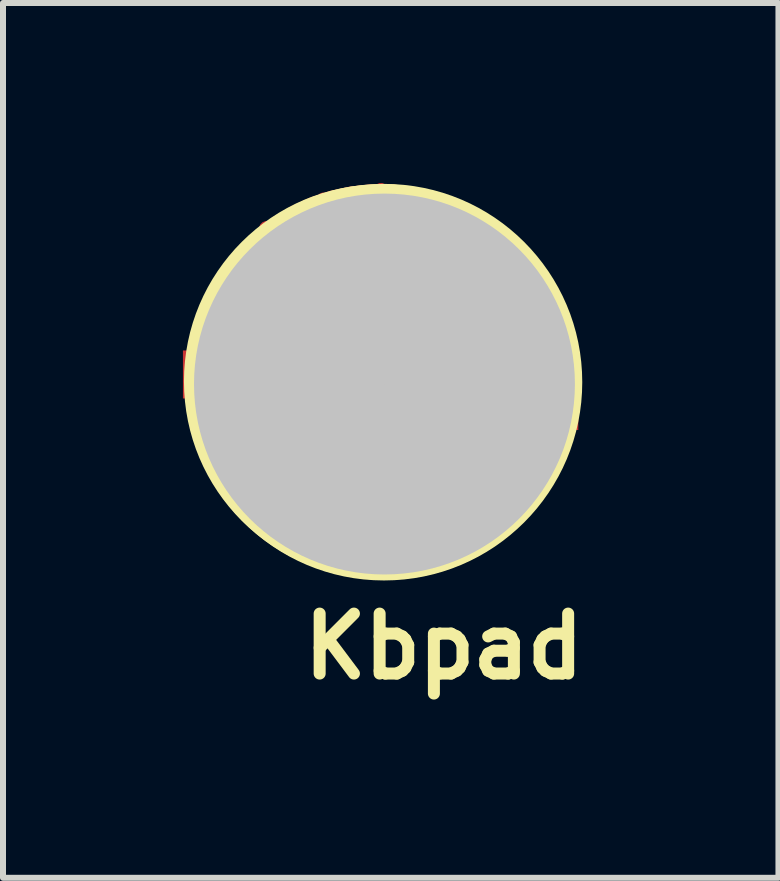
<source format=kicad_pcb>
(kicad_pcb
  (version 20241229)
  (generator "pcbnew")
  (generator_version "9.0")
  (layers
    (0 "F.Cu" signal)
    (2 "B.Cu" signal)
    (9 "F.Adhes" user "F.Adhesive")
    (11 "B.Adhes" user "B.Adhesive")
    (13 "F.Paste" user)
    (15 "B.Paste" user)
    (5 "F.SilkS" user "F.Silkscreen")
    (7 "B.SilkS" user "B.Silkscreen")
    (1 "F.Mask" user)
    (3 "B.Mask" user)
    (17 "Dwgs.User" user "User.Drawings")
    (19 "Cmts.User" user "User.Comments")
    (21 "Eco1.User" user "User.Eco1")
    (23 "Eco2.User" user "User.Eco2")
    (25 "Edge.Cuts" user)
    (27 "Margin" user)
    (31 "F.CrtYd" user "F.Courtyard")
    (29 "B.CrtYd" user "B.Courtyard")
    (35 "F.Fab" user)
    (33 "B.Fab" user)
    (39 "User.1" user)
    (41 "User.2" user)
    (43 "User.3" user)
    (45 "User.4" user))
  (footprint "Kbpad"
    (layer "F.Cu")
    (at 3.18 3.233)
    (property "Reference" "Kbpad" (at -1.27 5.08 180) (layer "F.SilkS") (effects (font (size 1 1) (thickness 0.2)) (justify left bottom)))
    (attr through_hole)
    (fp_circle (center 0.18 0.12) (end 1.73 0.12) (stroke (width 3.1) (type solid)) (fill no) (layer "F.Mask"))
    (fp_circle (center 0.123 0.075) (end 3.309 0.075) (stroke (width 0.2) (type solid)) (fill no) (layer "F.SilkS"))
    (fp_circle (center 0.172 0.089) (end 3.378 0.089) (stroke (width 0.2) (type solid)) (fill no) (layer "F.SilkS"))
    (fp_circle (center 0.18 0.12) (end 3.38 0.12) (stroke (width 0.127) (type solid)) (fill no) (layer "F.SilkS"))
    (fp_circle (center 0.18 0.12) (end 1.768 0.12) (stroke (width 3.175) (type solid)) (fill no) (layer "Dwgs.User"))
    (pad "1" smd custom (at -2.9 -0.04) (size 0.56 0.8) (layers "F.Cu" "F.Mask" "F.Paste") (options (anchor rect)) (primitives (gr_line (start -0.095 0.297) (end -0.158 0.065) (width 0.051)) (gr_line (start 0.163 0.268) (end 0.004 0.268) (width 0.254)) (gr_line (start 0.163 0.268) (end 0.163 -0.843) (width 0.254)) (gr_line (start 0.639 0.268) (end 0.163 0.268) (width 0.254)) (gr_line (start 0.639 0.268) (end 0.639 0.744) (width 0.254)) (gr_line (start 1.591 0.268) (end 0.639 0.268) (width 0.254)) (gr_line (start 1.591 0.268) (end 1.591 2.014) (width 0.254)) (gr_line (start 2.544 0.268) (end 1.591 0.268) (width 0.254)) (gr_line (start 2.544 0.268) (end 2.544 2.332) (width 0.254)) (gr_line (start 3.496 0.268) (end 2.544 0.268) (width 0.254)) (gr_line (start 3.496 0.268) (end 3.496 2.332) (width 0.254)) (gr_line (start 4.449 0.268) (end 3.496 0.268) (width 0.254)) (gr_line (start 4.449 0.268) (end 4.449 2.014) (width 0.254)) (gr_line (start 5.401 0.268) (end 4.449 0.268) (width 0.254)) (gr_line (start 5.401 0.268) (end 5.401 0.903) (width 0.254)) (gr_arc (start 0.00375 0.03) (mid 2.53543 -2.944955) (end 5.8775 -0.9225) (width 0.381)) (gr_line (start 1.115 -0.684) (end 1.115 -2.431) (width 0.254)) (gr_line (start 2.067 -0.684) (end 2.067 -2.907) (width 0.254)) (gr_line (start 3.02 -0.684) (end 3.02 -3.066) (width 0.254)) (gr_line (start 3.973 -0.684) (end 3.973 -2.907) (width 0.254)) (gr_line (start 4.925 -0.684) (end 4.925 -2.431) (width 0.254))))
    (pad "2" smd custom (at 3.18 0.27) (size 0.464 1.233) (layers "F.Cu" "F.Mask" "F.Paste") (options (anchor rect)) (primitives (gr_line (start -0.669 -0.488) (end -0.193 -0.488) (width 0.254)) (gr_line (start -0.669 -0.488) (end -1.621 -0.488) (width 0.254)) (gr_line (start -1.621 -0.488) (end -2.574 -0.488) (width 0.254)) (gr_line (start -2.574 -0.488) (end -3.526 -0.488) (width 0.254)) (gr_line (start -3.526 -0.488) (end -4.479 -0.488) (width 0.254)) (gr_line (start -4.479 -0.488) (end -5.431 -0.488) (width 0.254)) (gr_line (start -5.431 -0.488) (end -5.431 -1.123) (width 0.254)) (gr_line (start -4.479 -0.488) (end -4.479 -2.234) (width 0.254)) (gr_line (start -3.526 -0.488) (end -3.526 -2.552) (width 0.254)) (gr_line (start -2.574 -0.488) (end -2.574 -2.552) (width 0.254)) (gr_line (start -1.621 -0.488) (end -1.621 -2.234) (width 0.254)) (gr_line (start -0.669 -0.488) (end -0.669 -0.964) (width 0.254)) (gr_line (start -0.193 -0.488) (end -0.193 0.623) (width 0.254)) (gr_line (start -0.193 -0.488) (end -0.034 -0.488) (width 0.254)) (gr_line (start 0.052 -0.517) (end 0.112 -0.294) (width 0.076)) (gr_arc (start -0.03375 -0.25) (mid -2.56543 2.724955) (end -5.9075 0.7025) (width 0.381)) (gr_line (start -4.955 0.464) (end -4.955 2.052) (width 0.254)) (gr_line (start -4.003 0.464) (end -4.003 2.528) (width 0.254)) (gr_line (start -3.05 2.687) (end -3.05 0.464) (width 0.254)) (gr_line (start -2.109 0.498) (end -2.071 2.442) (width 0.254)) (gr_line (start -1.145 0.464) (end -1.145 2.052) (width 0.254)))))
  (gr_rect
    (start -3 -3)
    (end 9.929 11.585)
    (stroke (width 0.1) (type default))
    (fill no)
    (layer "Edge.Cuts")))
</source>
